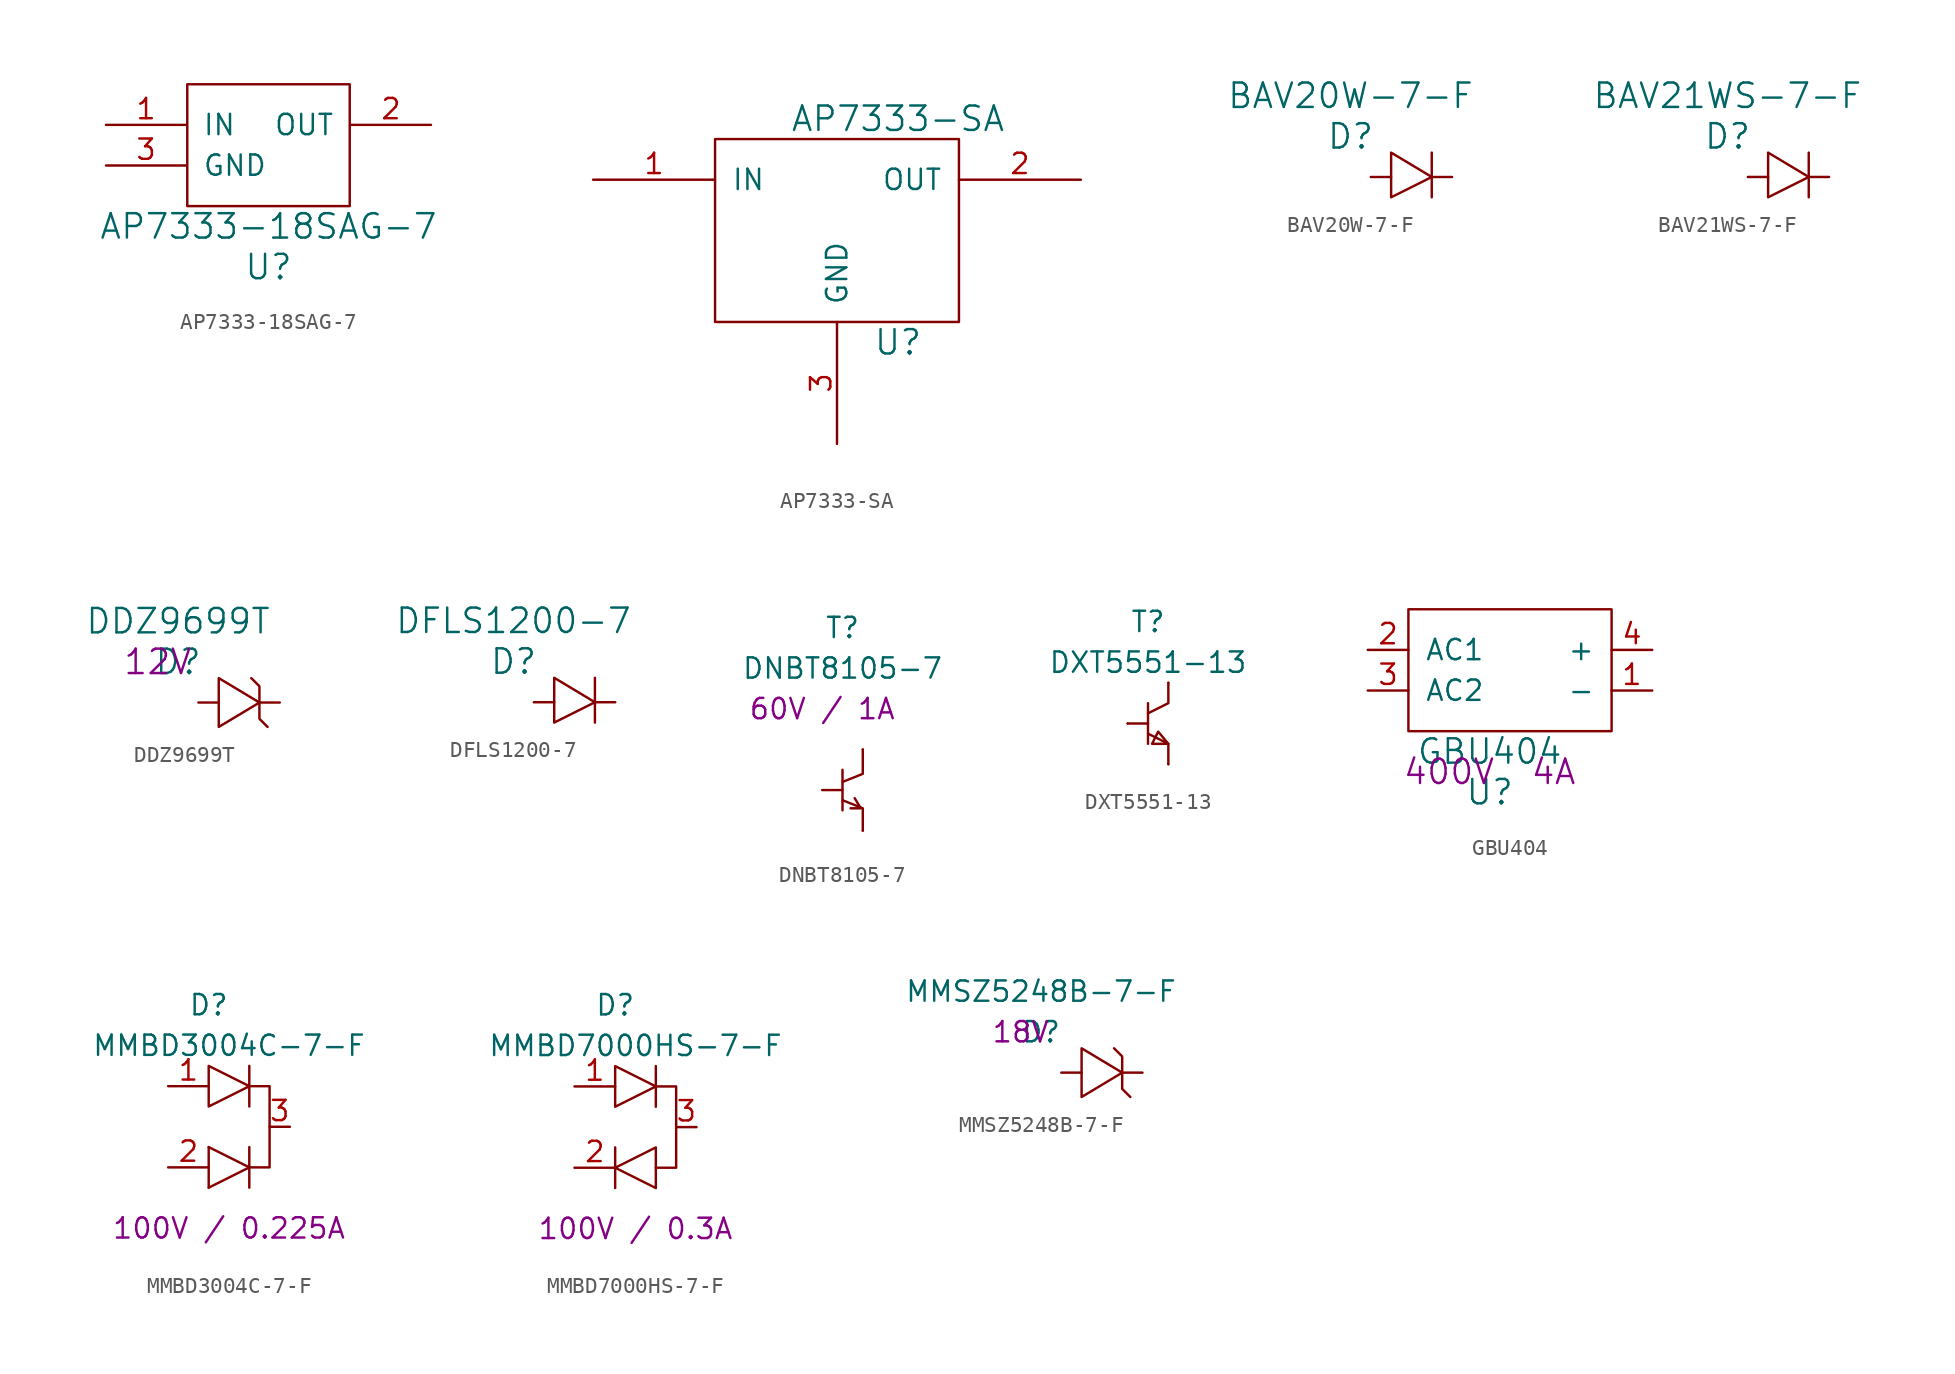
<source format=kicad_sym>
(kicad_symbol_lib
  (version 20220914)
  (generator kicad_symbol_editor)
  (symbol "AP7333-18SAG-7"
    (pin_names
      (offset 1.016))
    (property "Reference" "U"
      (at 5.08 -3.81 0)
      (effects (font (size 1.524 1.524))))
    (property "Value" "AP7333-18SAG-7"
      (at 5.08 -1.27 0)
      (effects (font (size 1.524 1.524))))
    (symbol "AP7333-18SAG-7_0_1"
      (rectangle (start 0 7.62) (end 10.16 0) (stroke (width 0) (type solid)) (fill (type none))))
    (symbol "AP7333-18SAG-7_1_1"
      (pin power_in line (at -5.08 5.08 0) (length 5.004) (name "IN" (effects (font (size 1.27 1.27)))) (number "1" (effects (font (size 1.27 1.27)))))
      (pin power_out line (at 15.24 5.08 180) (length 5.004) (name "OUT" (effects (font (size 1.27 1.27)))) (number "2" (effects (font (size 1.27 1.27)))))
      (pin power_in line (at -5.08 2.54 0) (length 5.004) (name "GND" (effects (font (size 1.27 1.27)))) (number "3" (effects (font (size 1.27 1.27)))))))
  (symbol "AP7333-SA"
    (pin_names
      (offset 1.016))
    (property "Reference" "U"
      (at 3.81 -10.16 0)
      (effects (font (size 1.524 1.524))))
    (property "Value" "AP7333-SA"
      (at 3.81 3.81 0)
      (effects (font (size 1.524 1.524))))
    (property "Footprint" ""
      (at 0 0 0)
      (effects (font (size 1.524 1.524))))
    (property "Datasheet" ""
      (at 0 0 0)
      (effects (font (size 1.524 1.524))))
    (symbol "AP7333-SA_0_1"
      (rectangle (start -7.62 2.54) (end 7.62 -8.89) (stroke (width 0) (type solid)) (fill (type none))))
    (symbol "AP7333-SA_1_1"
      (pin power_in line (at -15.24 0 0) (length 7.62) (name "IN" (effects (font (size 1.27 1.27)))) (number "1" (effects (font (size 1.27 1.27)))))
      (pin power_out line (at 15.24 0 180) (length 7.62) (name "OUT" (effects (font (size 1.27 1.27)))) (number "2" (effects (font (size 1.27 1.27)))))
      (pin power_in line (at 0 -16.51 90) (length 7.62) (name "GND" (effects (font (size 1.27 1.27)))) (number "3" (effects (font (size 1.27 1.27)))))))
  (symbol "BAV20W-7-F"
    (pin_numbers hide)
    (pin_names
      (offset 1.016) hide)
    (property "Reference" "D"
      (at -1.27 5.08 0)
      (effects (font (size 1.524 1.524))))
    (property "Value" "BAV20W-7-F"
      (at -1.27 7.62 0)
      (effects (font (size 1.524 1.524))))
    (symbol "BAV20W-7-F_0_1"
      (polyline (pts (xy 3.81 1.27) (xy 3.81 4.064)) (stroke (width 0) (type solid)) (fill (type none)))
      (polyline (pts (xy 1.27 2.54) (xy 1.27 4.064) (xy 3.81 2.54) (xy 1.27 1.27) (xy 1.27 2.54)) (stroke (width 0) (type solid)) (fill (type none))))
    (symbol "BAV20W-7-F_1_1"
      (pin passive line (at 0 2.54 0) (length 1.27) (name "A" (effects (font (size 1.27 1.27)))) (number "A" (effects (font (size 1.27 1.27)))))
      (pin passive line (at 5.08 2.54 180) (length 1.27) (name "C" (effects (font (size 1.27 1.27)))) (number "C" (effects (font (size 1.27 1.27)))))))
  (symbol "BAV21WS-7-F"
    (pin_numbers hide)
    (pin_names
      (offset 1.016) hide)
    (property "Reference" "D"
      (at -1.27 5.08 0)
      (effects (font (size 1.524 1.524))))
    (property "Value" "BAV21WS-7-F"
      (at -1.27 7.62 0)
      (effects (font (size 1.524 1.524))))
    (symbol "BAV21WS-7-F_0_1"
      (polyline (pts (xy 3.81 1.27) (xy 3.81 4.064)) (stroke (width 0) (type solid)) (fill (type none)))
      (polyline (pts (xy 1.27 2.54) (xy 1.27 4.064) (xy 3.81 2.54) (xy 1.27 1.27) (xy 1.27 2.54)) (stroke (width 0) (type solid)) (fill (type none))))
    (symbol "BAV21WS-7-F_1_1"
      (pin passive line (at 0 2.54 0) (length 1.27) (name "A" (effects (font (size 1.27 1.27)))) (number "A" (effects (font (size 1.27 1.27)))))
      (pin passive line (at 5.08 2.54 180) (length 1.27) (name "C" (effects (font (size 1.27 1.27)))) (number "C" (effects (font (size 1.27 1.27)))))))
  (symbol "DDZ9699T"
    (pin_numbers hide)
    (pin_names
      (offset 1.016) hide)
    (property "Reference" "D"
      (at -1.27 5.08 0)
      (effects (font (size 1.524 1.524))))
    (property "Value" "DDZ9699T"
      (at -1.27 7.62 0)
      (effects (font (size 1.524 1.524))))
    (property "Voltage" "12V"
      (at -2.54 5.08 0)
      (effects (font (size 1.524 1.524))))
    (symbol "DDZ9699T_0_1"
      (polyline (pts (xy 3.302 4.064) (xy 3.81 3.556) (xy 3.81 1.524) (xy 4.318 1.016)) (stroke (width 0) (type solid)) (fill (type none)))
      (polyline (pts (xy 1.27 2.54) (xy 1.27 4.064) (xy 3.81 2.54) (xy 1.27 1.016) (xy 1.27 2.54)) (stroke (width 0) (type solid)) (fill (type none))))
    (symbol "DDZ9699T_1_1"
      (pin passive line (at 0 2.54 0) (length 1.27) (name "A" (effects (font (size 1.27 1.27)))) (number "A" (effects (font (size 1.27 1.27)))))
      (pin passive line (at 5.08 2.54 180) (length 1.27) (name "C" (effects (font (size 1.27 1.27)))) (number "C" (effects (font (size 1.27 1.27)))))))
  (symbol "DFLS1200-7"
    (pin_numbers hide)
    (pin_names
      (offset 1.016) hide)
    (property "Reference" "D"
      (at -1.27 5.08 0)
      (effects (font (size 1.524 1.524))))
    (property "Value" "DFLS1200-7"
      (at -1.27 7.62 0)
      (effects (font (size 1.524 1.524))))
    (symbol "DFLS1200-7_0_1"
      (polyline (pts (xy 3.81 1.27) (xy 3.81 4.064)) (stroke (width 0) (type solid)) (fill (type none)))
      (polyline (pts (xy 1.27 2.54) (xy 1.27 4.064) (xy 3.81 2.54) (xy 1.27 1.27) (xy 1.27 2.54)) (stroke (width 0) (type solid)) (fill (type none))))
    (symbol "DFLS1200-7_1_1"
      (pin passive line (at 0 2.54 0) (length 1.27) (name "A" (effects (font (size 1.27 1.27)))) (number "A" (effects (font (size 1.27 1.27)))))
      (pin passive line (at 5.08 2.54 180) (length 1.27) (name "C" (effects (font (size 1.27 1.27)))) (number "C" (effects (font (size 1.27 1.27)))))))
  (symbol "DNBT8105-7"
    (pin_numbers hide)
    (pin_names
      (offset 1.016) hide)
    (property "Reference" "T"
      (at -1.27 10.16 0)
      (effects (font (size 1.27 1.27))))
    (property "Value" "DNBT8105-7"
      (at -1.27 7.62 0)
      (effects (font (size 1.27 1.27))))
    (property "Rating" "60V / 1A"
      (at -2.54 5.08 0)
      (effects (font (size 1.27 1.27))))
    (symbol "DNBT8105-7_0_1"
      (polyline (pts (xy -1.27 1.27) (xy -1.27 -1.27)) (stroke (width 0) (type solid)) (fill (type none)))
      (polyline (pts (xy -1.27 -0.635) (xy 0 -1.143) (xy 0 -2.54)) (stroke (width 0) (type solid)) (fill (type none)))
      (polyline (pts (xy -0.508 -0.508) (xy -0.127 -1.143) (xy -0.762 -1.143)) (stroke (width 0) (type solid)) (fill (type none)))
      (polyline (pts (xy 0 2.54) (xy 0 1.016) (xy -1.27 0.508)) (stroke (width 0) (type solid)) (fill (type none))))
    (symbol "DNBT8105-7_1_1"
      (pin input line (at -2.54 0 0) (length 1.27) (name "G" (effects (font (size 1.27 1.27)))) (number "1" (effects (font (size 1.27 1.27)))))
      (pin passive line (at 0 -2.54 0) (length 0) (name "E" (effects (font (size 1.27 1.27)))) (number "2" (effects (font (size 1.27 1.27)))))
      (pin passive line (at 0 2.54 0) (length 0) (name "C" (effects (font (size 1.27 1.27)))) (number "3" (effects (font (size 1.27 1.27)))))))
  (symbol "DXT5551-13"
    (pin_numbers hide)
    (pin_names
      (offset 1.016) hide)
    (property "Reference" "T"
      (at 1.27 6.35 0)
      (effects (font (size 1.27 1.27))))
    (property "Value" "DXT5551-13"
      (at 1.27 3.81 0)
      (effects (font (size 1.27 1.27))))
    (symbol "DXT5551-13_0_1"
      (polyline (pts (xy 0 0) (xy 1.27 0)) (stroke (width 0) (type solid)) (fill (type none)))
      (polyline (pts (xy 1.27 1.27) (xy 1.27 -1.27)) (stroke (width 0) (type solid)) (fill (type none)))
      (polyline (pts (xy 2.54 -2.54) (xy 2.54 -1.27) (xy 1.27 -0.635)) (stroke (width 0) (type solid)) (fill (type none)))
      (polyline (pts (xy 2.54 2.54) (xy 2.54 1.27) (xy 1.27 0.635)) (stroke (width 0) (type solid)) (fill (type none)))
      (polyline (pts (xy 2.54 -1.27) (xy 1.905 -0.508) (xy 1.524 -1.27) (xy 2.54 -1.27)) (stroke (width 0) (type solid)) (fill (type none))))
    (symbol "DXT5551-13_1_1"
      (pin input line (at 0 0 0) (length 0) (name "B" (effects (font (size 1.27 1.27)))) (number "1" (effects (font (size 1.27 1.27)))))
      (pin passive line (at 2.54 2.54 0) (length 0) (name "C" (effects (font (size 1.27 1.27)))) (number "2" (effects (font (size 1.27 1.27)))))
      (pin passive line (at 2.54 -2.54 180) (length 0) (name "E" (effects (font (size 1.27 1.27)))) (number "3" (effects (font (size 1.27 1.27)))))))
  (symbol "GBU404"
    (pin_names
      (offset 1.016))
    (property "Reference" "U"
      (at 5.08 -3.81 0)
      (effects (font (size 1.524 1.524))))
    (property "Value" "GBU404"
      (at 5.08 -1.27 0)
      (effects (font (size 1.524 1.524))))
    (property "Rating" "400V  4A"
      (at 5.08 -2.54 0)
      (effects (font (size 1.524 1.524))))
    (symbol "GBU404_0_1"
      (rectangle (start 0 7.62) (end 12.7 0) (stroke (width 0) (type solid)) (fill (type none))))
    (symbol "GBU404_1_1"
      (pin power_out line (at 15.24 2.54 180) (length 2.54) (name "-" (effects (font (size 1.27 1.27)))) (number "1" (effects (font (size 1.27 1.27)))))
      (pin passive line (at -2.54 5.08 0) (length 2.54) (name "AC1" (effects (font (size 1.27 1.27)))) (number "2" (effects (font (size 1.27 1.27)))))
      (pin passive line (at -2.54 2.54 0) (length 2.54) (name "AC2" (effects (font (size 1.27 1.27)))) (number "3" (effects (font (size 1.27 1.27)))))
      (pin power_out line (at 15.24 5.08 180) (length 2.54) (name "+" (effects (font (size 1.27 1.27)))) (number "4" (effects (font (size 1.27 1.27)))))))
  (symbol "MMBD3004C-7-F"
    (pin_names
      (offset 1.016) hide)
    (property "Reference" "D"
      (at 0 12.7 0)
      (effects (font (size 1.27 1.27))))
    (property "Value" "MMBD3004C-7-F"
      (at 1.27 10.16 0)
      (effects (font (size 1.27 1.27))))
    (property "Rating" "100V / 0.225A"
      (at 1.27 -1.27 0)
      (effects (font (size 1.27 1.27))))
    (symbol "MMBD3004C-7-F_0_1"
      (polyline (pts (xy 0 1.27) (xy 0 3.81)) (stroke (width 0) (type solid)) (fill (type none)))
      (polyline (pts (xy 2.54 2.54) (xy 0 1.27)) (stroke (width 0) (type solid)) (fill (type none)))
      (polyline (pts (xy 2.54 2.54) (xy 0 3.81)) (stroke (width 0) (type solid)) (fill (type none)))
      (polyline (pts (xy 2.54 3.81) (xy 2.54 1.27)) (stroke (width 0) (type solid)) (fill (type none)))
      (polyline (pts (xy 2.54 8.89) (xy 2.54 6.35)) (stroke (width 0) (type solid)) (fill (type none)))
      (polyline (pts (xy 0 6.35) (xy 0 8.89) (xy 2.54 7.62) (xy 0 6.35)) (stroke (width 0) (type solid)) (fill (type none)))
      (polyline (pts (xy 2.54 7.62) (xy 3.81 7.62) (xy 3.81 2.54) (xy 2.54 2.54)) (stroke (width 0) (type solid)) (fill (type none))))
    (symbol "MMBD3004C-7-F_1_1"
      (pin passive line (at -2.54 7.62 0) (length 2.54) (name "A" (effects (font (size 1.27 1.27)))) (number "1" (effects (font (size 1.27 1.27)))))
      (pin passive line (at -2.54 2.54 0) (length 2.54) (name "C2" (effects (font (size 1.27 1.27)))) (number "2" (effects (font (size 1.27 1.27)))))
      (pin passive line (at 5.08 5.08 180) (length 1.27) (name "C" (effects (font (size 1.27 1.27)))) (number "3" (effects (font (size 1.27 1.27)))))))
  (symbol "MMBD7000HS-7-F"
    (pin_names
      (offset 1.016) hide)
    (property "Reference" "D"
      (at 0 12.7 0)
      (effects (font (size 1.27 1.27))))
    (property "Value" "MMBD7000HS-7-F"
      (at 1.27 10.16 0)
      (effects (font (size 1.27 1.27))))
    (property "Rating" "100V / 0.3A"
      (at 1.27 -1.27 0)
      (effects (font (size 1.27 1.27))))
    (symbol "MMBD7000HS-7-F_0_1"
      (polyline (pts (xy 0 1.27) (xy 0 3.81)) (stroke (width 0) (type solid)) (fill (type none)))
      (polyline (pts (xy 2.54 8.89) (xy 2.54 6.35)) (stroke (width 0) (type solid)) (fill (type none)))
      (polyline (pts (xy 0 6.35) (xy 0 8.89) (xy 2.54 7.62) (xy 0 6.35)) (stroke (width 0) (type solid)) (fill (type none)))
      (polyline (pts (xy 2.54 3.81) (xy 2.54 1.27) (xy 0 2.54) (xy 2.54 3.81)) (stroke (width 0) (type solid)) (fill (type none)))
      (polyline (pts (xy 2.54 7.62) (xy 3.81 7.62) (xy 3.81 2.54) (xy 2.54 2.54)) (stroke (width 0) (type solid)) (fill (type none))))
    (symbol "MMBD7000HS-7-F_1_1"
      (pin passive line (at -2.54 7.62 0) (length 2.54) (name "A" (effects (font (size 1.27 1.27)))) (number "1" (effects (font (size 1.27 1.27)))))
      (pin passive line (at -2.54 2.54 0) (length 2.54) (name "C2" (effects (font (size 1.27 1.27)))) (number "2" (effects (font (size 1.27 1.27)))))
      (pin passive line (at 5.08 5.08 180) (length 1.27) (name "C" (effects (font (size 1.27 1.27)))) (number "3" (effects (font (size 1.27 1.27)))))))
  (symbol "MMSZ5248B-7-F"
    (pin_numbers hide)
    (pin_names
      (offset 1.016) hide)
    (property "Reference" "D"
      (at -1.27 5.08 0)
      (effects (font (size 1.27 1.27))))
    (property "Value" "MMSZ5248B-7-F"
      (at -1.27 7.62 0)
      (effects (font (size 1.27 1.27))))
    (property "Voltage" "18V"
      (at -2.54 5.08 0)
      (effects (font (size 1.27 1.27))))
    (symbol "MMSZ5248B-7-F_0_1"
      (polyline (pts (xy 3.302 4.064) (xy 3.81 3.556) (xy 3.81 1.524) (xy 4.318 1.016)) (stroke (width 0) (type solid)) (fill (type none)))
      (polyline (pts (xy 1.27 2.54) (xy 1.27 4.064) (xy 3.81 2.54) (xy 1.27 1.016) (xy 1.27 2.54)) (stroke (width 0) (type solid)) (fill (type none))))
    (symbol "MMSZ5248B-7-F_1_1"
      (pin passive line (at 0 2.54 0) (length 1.27) (name "A" (effects (font (size 1.27 1.27)))) (number "A" (effects (font (size 1.27 1.27)))))
      (pin passive line (at 5.08 2.54 180) (length 1.27) (name "C" (effects (font (size 1.27 1.27)))) (number "C" (effects (font (size 1.27 1.27))))))))
</source>
